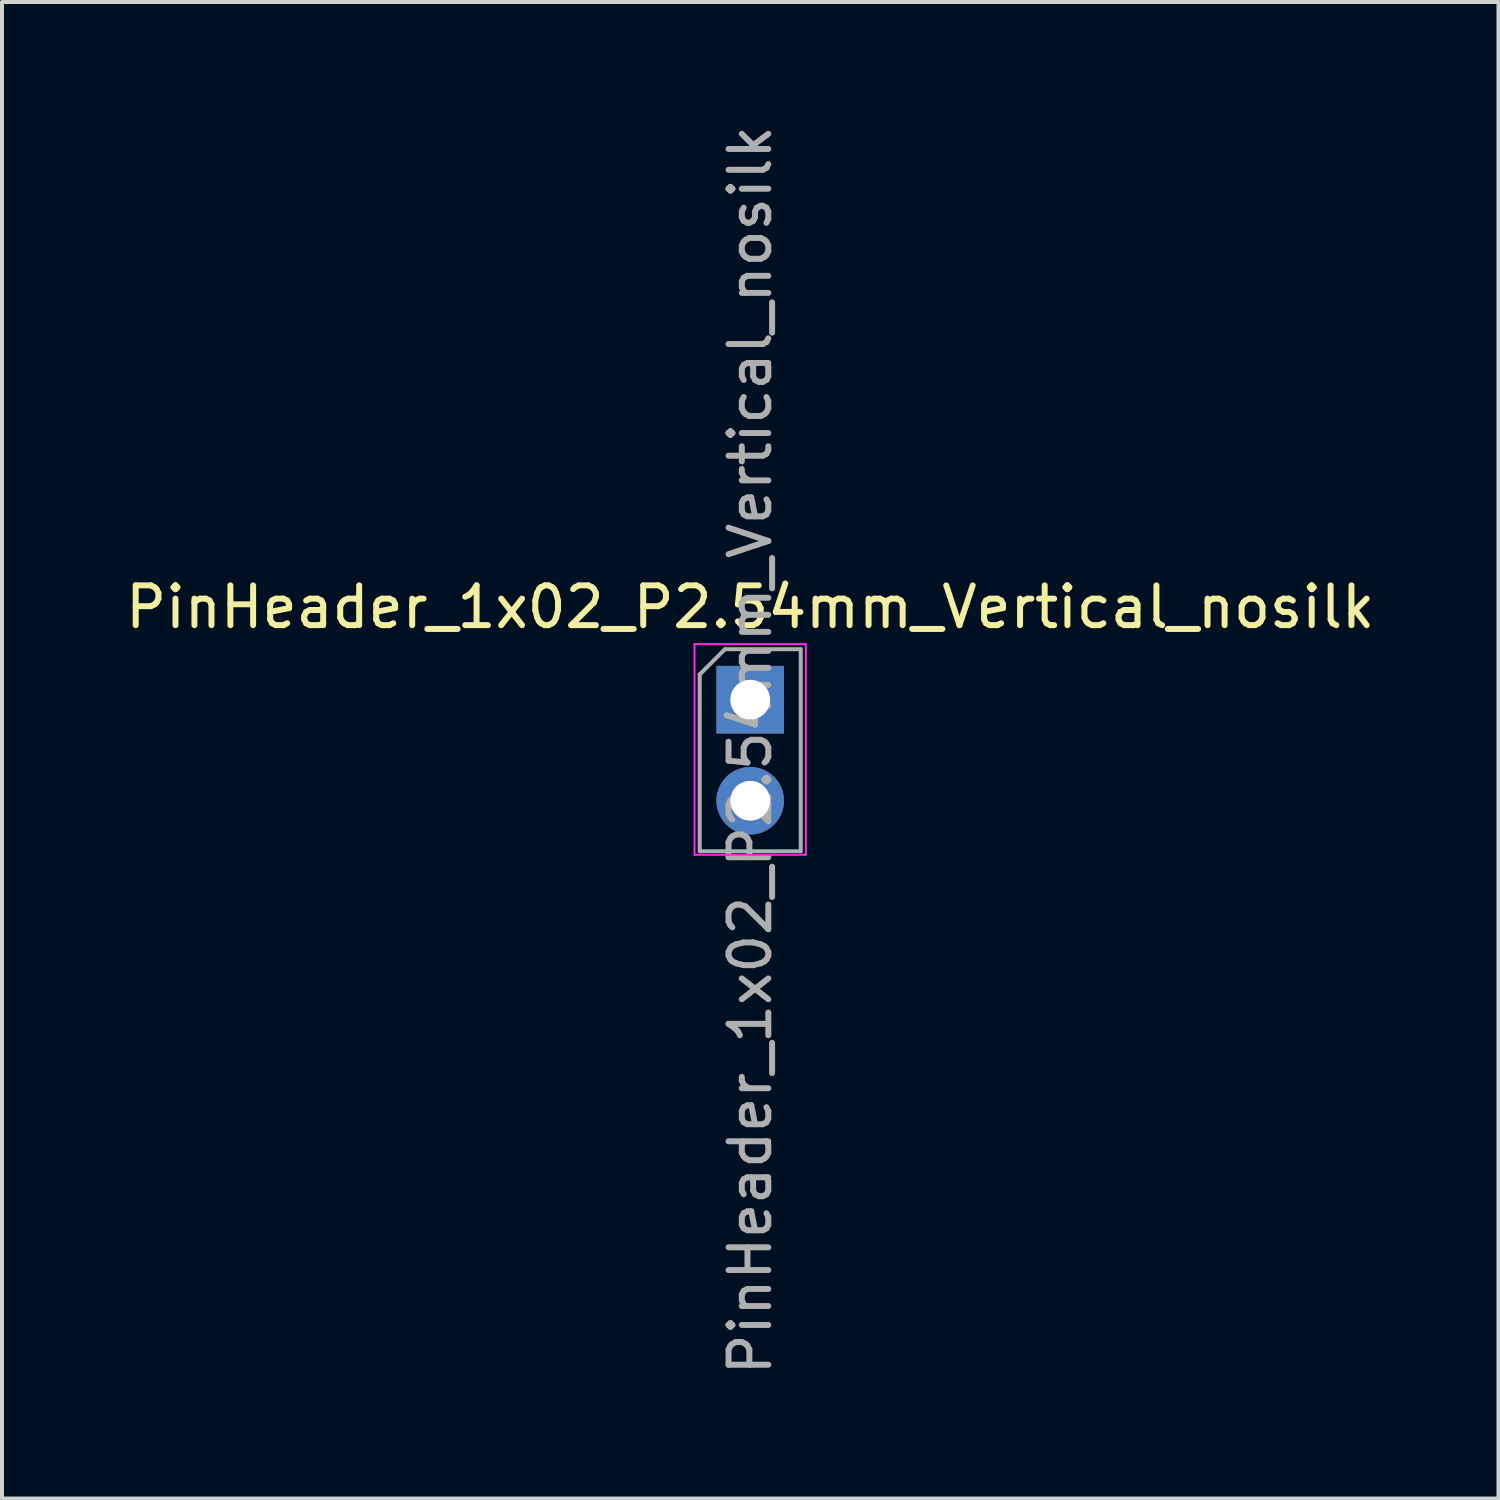
<source format=kicad_pcb>
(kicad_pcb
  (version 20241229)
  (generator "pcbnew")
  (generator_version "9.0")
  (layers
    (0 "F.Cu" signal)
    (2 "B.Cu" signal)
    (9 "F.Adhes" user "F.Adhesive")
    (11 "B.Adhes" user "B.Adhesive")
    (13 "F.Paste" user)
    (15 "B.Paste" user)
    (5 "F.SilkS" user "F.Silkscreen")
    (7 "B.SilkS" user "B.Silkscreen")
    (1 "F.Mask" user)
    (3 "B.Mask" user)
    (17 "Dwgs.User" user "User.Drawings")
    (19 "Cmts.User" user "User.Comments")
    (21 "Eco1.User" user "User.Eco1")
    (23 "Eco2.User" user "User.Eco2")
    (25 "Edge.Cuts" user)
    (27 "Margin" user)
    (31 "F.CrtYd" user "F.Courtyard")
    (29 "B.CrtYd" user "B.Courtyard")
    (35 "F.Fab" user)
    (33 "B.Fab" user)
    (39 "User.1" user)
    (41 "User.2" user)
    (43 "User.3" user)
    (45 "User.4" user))
  (footprint "PinHeader_1x02_P2.54mm_Vertical_nosilk"
    (layer "F.Cu")
    (at 15.815 14.545)
    (property "Reference" "PinHeader_1x02_P2.54mm_Vertical_nosilk" (at 0 -2.33 0) (layer "F.SilkS") (effects (font (size 1 1) (thickness 0.15))))
    (attr through_hole)
    (fp_line (start -1.4 -1.4) (end -1.4 3.9) (stroke (width 0.05) (type solid)) (layer "F.CrtYd"))
    (fp_line (start -1.4 3.9) (end 1.4 3.9) (stroke (width 0.05) (type solid)) (layer "F.CrtYd"))
    (fp_line (start 1.4 -1.4) (end -1.4 -1.4) (stroke (width 0.05) (type solid)) (layer "F.CrtYd"))
    (fp_line (start 1.4 3.9) (end 1.4 -1.4) (stroke (width 0.05) (type solid)) (layer "F.CrtYd"))
    (fp_line (start -1.27 -0.635) (end -0.635 -1.27) (stroke (width 0.1) (type solid)) (layer "F.Fab"))
    (fp_line (start -1.27 3.81) (end -1.27 -0.635) (stroke (width 0.1) (type solid)) (layer "F.Fab"))
    (fp_line (start -0.635 -1.27) (end 1.27 -1.27) (stroke (width 0.1) (type solid)) (layer "F.Fab"))
    (fp_line (start 1.27 -1.27) (end 1.27 3.81) (stroke (width 0.1) (type solid)) (layer "F.Fab"))
    (fp_line (start 1.27 3.81) (end -1.27 3.81) (stroke (width 0.1) (type solid)) (layer "F.Fab"))
    (fp_text user "${REFERENCE}" (at 0 1.27 270) (layer "F.Fab") (effects (font (size 1 1) (thickness 0.15))))
    (pad "1" thru_hole rect (at 0 0) (size 1.7 1.7) (drill 1) (layers "*.Cu" "*.Mask"))
    (pad "2" thru_hole oval (at 0 2.54) (size 1.7 1.7) (drill 1) (layers "*.Cu" "*.Mask")))
  (gr_rect
    (start -3 -3)
    (end 34.631 34.631)
    (stroke (width 0.1) (type default))
    (fill no)
    (layer "Edge.Cuts")))
</source>
